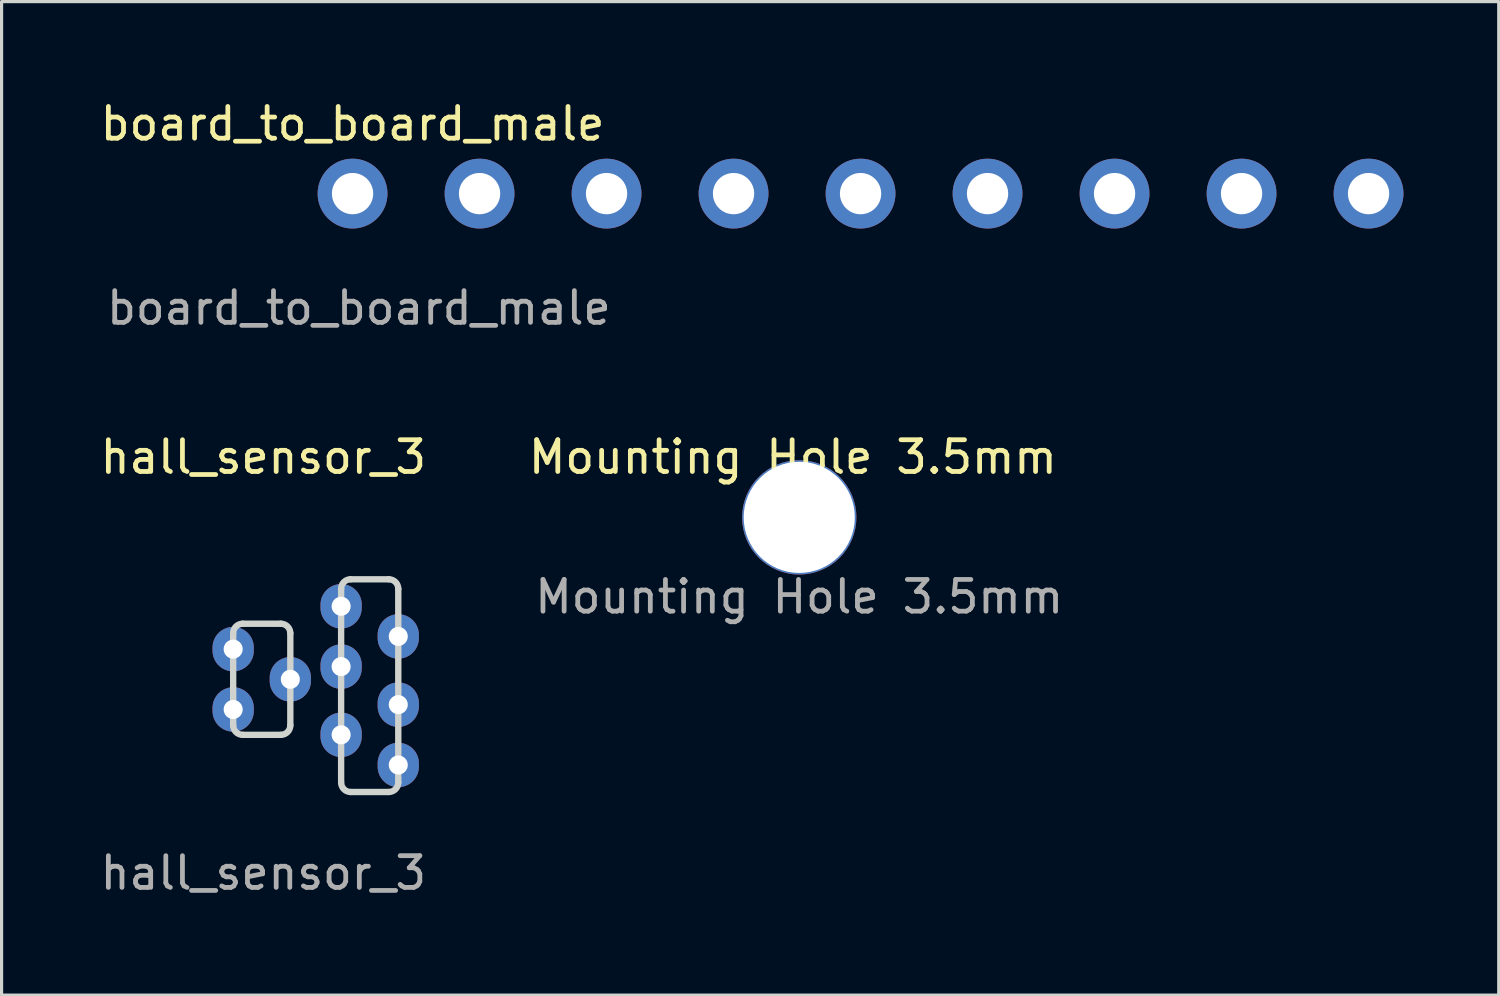
<source format=kicad_pcb>
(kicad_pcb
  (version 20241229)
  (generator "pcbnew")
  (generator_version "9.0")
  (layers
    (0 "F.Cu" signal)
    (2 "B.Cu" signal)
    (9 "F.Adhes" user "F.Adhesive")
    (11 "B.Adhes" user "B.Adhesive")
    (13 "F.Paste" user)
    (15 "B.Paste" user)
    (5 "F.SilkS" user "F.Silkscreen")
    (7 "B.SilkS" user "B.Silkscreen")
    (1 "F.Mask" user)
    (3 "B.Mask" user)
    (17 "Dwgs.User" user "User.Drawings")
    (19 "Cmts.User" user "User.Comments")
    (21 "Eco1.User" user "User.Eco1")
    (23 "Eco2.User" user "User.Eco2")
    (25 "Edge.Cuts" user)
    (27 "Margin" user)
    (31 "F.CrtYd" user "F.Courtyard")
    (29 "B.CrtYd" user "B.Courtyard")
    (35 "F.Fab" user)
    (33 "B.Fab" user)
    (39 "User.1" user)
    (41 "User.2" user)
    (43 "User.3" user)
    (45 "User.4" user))
  (footprint "hall_sensor_3"
    (layer "F.Cu")
    (at 5.244 18.545)
    (property "Reference" "hall_sensor_3" (at 0 -7.2 0) (unlocked yes) (layer "F.SilkS") (effects (font (size 1 1) (thickness 0.15))))
    (attr through_hole)
    (fp_line (start -0.95 1.25) (end -0.95 -1.65) (stroke (width 0.2) (type solid)) (layer "Edge.Cuts"))
    (fp_line (start -0.65 -1.95) (end 0.55 -1.95) (stroke (width 0.2) (type solid)) (layer "Edge.Cuts"))
    (fp_line (start -0.65 1.55) (end 0.55 1.55) (stroke (width 0.2) (type solid)) (layer "Edge.Cuts"))
    (fp_line (start 0.85 1.25) (end 0.85 -1.65) (stroke (width 0.2) (type solid)) (layer "Edge.Cuts"))
    (fp_line (start 2.45 3.05) (end 2.45 -3.05) (stroke (width 0.2) (type solid)) (layer "Edge.Cuts"))
    (fp_line (start 2.75 -3.35) (end 3.95 -3.35) (stroke (width 0.2) (type solid)) (layer "Edge.Cuts"))
    (fp_line (start 2.75 3.35) (end 3.95 3.35) (stroke (width 0.2) (type solid)) (layer "Edge.Cuts"))
    (fp_line (start 4.25 3.05) (end 4.25 -3.05) (stroke (width 0.2) (type solid)) (layer "Edge.Cuts"))
    (fp_arc (start -0.949998 -1.650477) (mid -0.86213 -1.862608) (end -0.649999 -1.950476) (stroke (width 0.2) (type solid)) (layer "Edge.Cuts"))
    (fp_arc (start -0.649999 1.549524) (mid -0.862131 1.461657) (end -0.949998 1.249525) (stroke (width 0.2) (type solid)) (layer "Edge.Cuts"))
    (fp_arc (start 0.550001 -1.950476) (mid 0.762133 -1.862608) (end 0.850001 -1.650477) (stroke (width 0.2) (type solid)) (layer "Edge.Cuts"))
    (fp_arc (start 0.850001 1.249525) (mid 0.762133 1.461657) (end 0.550001 1.549524) (stroke (width 0.2) (type solid)) (layer "Edge.Cuts"))
    (fp_arc (start 2.450005 -3.050479) (mid 2.537873 -3.262611) (end 2.750005 -3.350478) (stroke (width 0.2) (type solid)) (layer "Edge.Cuts"))
    (fp_arc (start 2.750005 3.349521) (mid 2.537873 3.261653) (end 2.450005 3.049521) (stroke (width 0.2) (type solid)) (layer "Edge.Cuts"))
    (fp_arc (start 3.950005 -3.350478) (mid 4.162137 -3.262611) (end 4.250004 -3.050479) (stroke (width 0.2) (type solid)) (layer "Edge.Cuts"))
    (fp_arc (start 4.250004 3.049521) (mid 4.162136 3.261653) (end 3.950005 3.349521) (stroke (width 0.2) (type solid)) (layer "Edge.Cuts"))
    (fp_text user "${REFERENCE}" (at 0 5.9 0) (unlocked yes) (layer "F.Fab") (effects (font (size 1 1) (thickness 0.15))))
    (pad "1" thru_hole oval (at -0.95 -1.15) (size 1.3 1.4) (drill 0.6) (layers "*.Cu" "*.Mask"))
    (pad "2" thru_hole oval (at -0.95 0.75) (size 1.3 1.4) (drill 0.6) (layers "*.Cu" "*.Mask"))
    (pad "3" thru_hole oval (at 0.85 -0.2) (size 1.3 1.4) (drill 0.6) (layers "*.Cu" "*.Mask"))
    (pad "4" thru_hole oval (at 2.45 -2.5) (size 1.3 1.4) (drill 0.6) (layers "*.Cu" "*.Mask"))
    (pad "5" thru_hole oval (at 2.45 -0.6) (size 1.3 1.4) (drill 0.6) (layers "*.Cu" "*.Mask"))
    (pad "6" thru_hole oval (at 4.25 -1.55) (size 1.3 1.4) (drill 0.6) (layers "*.Cu" "*.Mask"))
    (pad "7" thru_hole oval (at 4.25 2.499) (size 1.3 1.4) (drill 0.6) (layers "*.Cu" "*.Mask"))
    (pad "8" thru_hole oval (at 4.25 0.599) (size 1.3 1.4) (drill 0.6) (layers "*.Cu" "*.Mask"))
    (pad "9" thru_hole oval (at 2.45 1.549) (size 1.3 1.4) (drill 0.6) (layers "*.Cu" "*.Mask")))
  (footprint "Mounting Hole 3.5mm"
    (layer "F.Cu")
    (at 22.123 13.245)
    (property "Reference" "Mounting Hole 3.5mm" (at -0.2 -1.9 0) (unlocked yes) (layer "F.SilkS") (effects (font (size 1 1) (thickness 0.15))))
    (attr smd)
    (fp_text user "${REFERENCE}" (at 0 2.5 0) (unlocked yes) (layer "F.Fab") (effects (font (size 1 1) (thickness 0.15))))
    (pad "1" thru_hole circle (at 0 0) (size 3.6 3.6) (drill 3.5) (layers "*.Cu" "*.Mask")))
  (footprint "board_to_board_male"
    (layer "F.Cu")
    (at 8.054 3.048)
    (property "Reference" "board_to_board_male" (at 0 -2.2 0) (unlocked yes) (layer "F.SilkS") (effects (font (size 1 1) (thickness 0.15))))
    (attr through_hole)
    (fp_text user "${REFERENCE}" (at 0.2 3.6 0) (unlocked yes) (layer "F.Fab") (effects (font (size 1 1) (thickness 0.15))))
    (pad "1" thru_hole circle (at 0 0) (size 2.2 2.2) (drill 1.3) (layers "*.Cu" "*.Mask"))
    (pad "2" thru_hole circle (at 4 0) (size 2.2 2.2) (drill 1.3) (layers "*.Cu" "*.Mask"))
    (pad "3" thru_hole circle (at 8 0) (size 2.2 2.2) (drill 1.3) (layers "*.Cu" "*.Mask"))
    (pad "4" thru_hole circle (at 12 0) (size 2.2 2.2) (drill 1.3) (layers "*.Cu" "*.Mask"))
    (pad "5" thru_hole circle (at 16 0) (size 2.2 2.2) (drill 1.3) (layers "*.Cu" "*.Mask"))
    (pad "6" thru_hole circle (at 20 0) (size 2.2 2.2) (drill 1.3) (layers "*.Cu" "*.Mask"))
    (pad "7" thru_hole circle (at 24 0) (size 2.2 2.2) (drill 1.3) (layers "*.Cu" "*.Mask"))
    (pad "8" thru_hole circle (at 28 0) (size 2.2 2.2) (drill 1.3) (layers "*.Cu" "*.Mask"))
    (pad "9" thru_hole circle (at 32 0) (size 2.2 2.2) (drill 1.3) (layers "*.Cu" "*.Mask")))
  (gr_rect
    (start -3 -3)
    (end 44.154 28.293)
    (stroke (width 0.1) (type default))
    (fill no)
    (layer "Edge.Cuts")))
</source>
